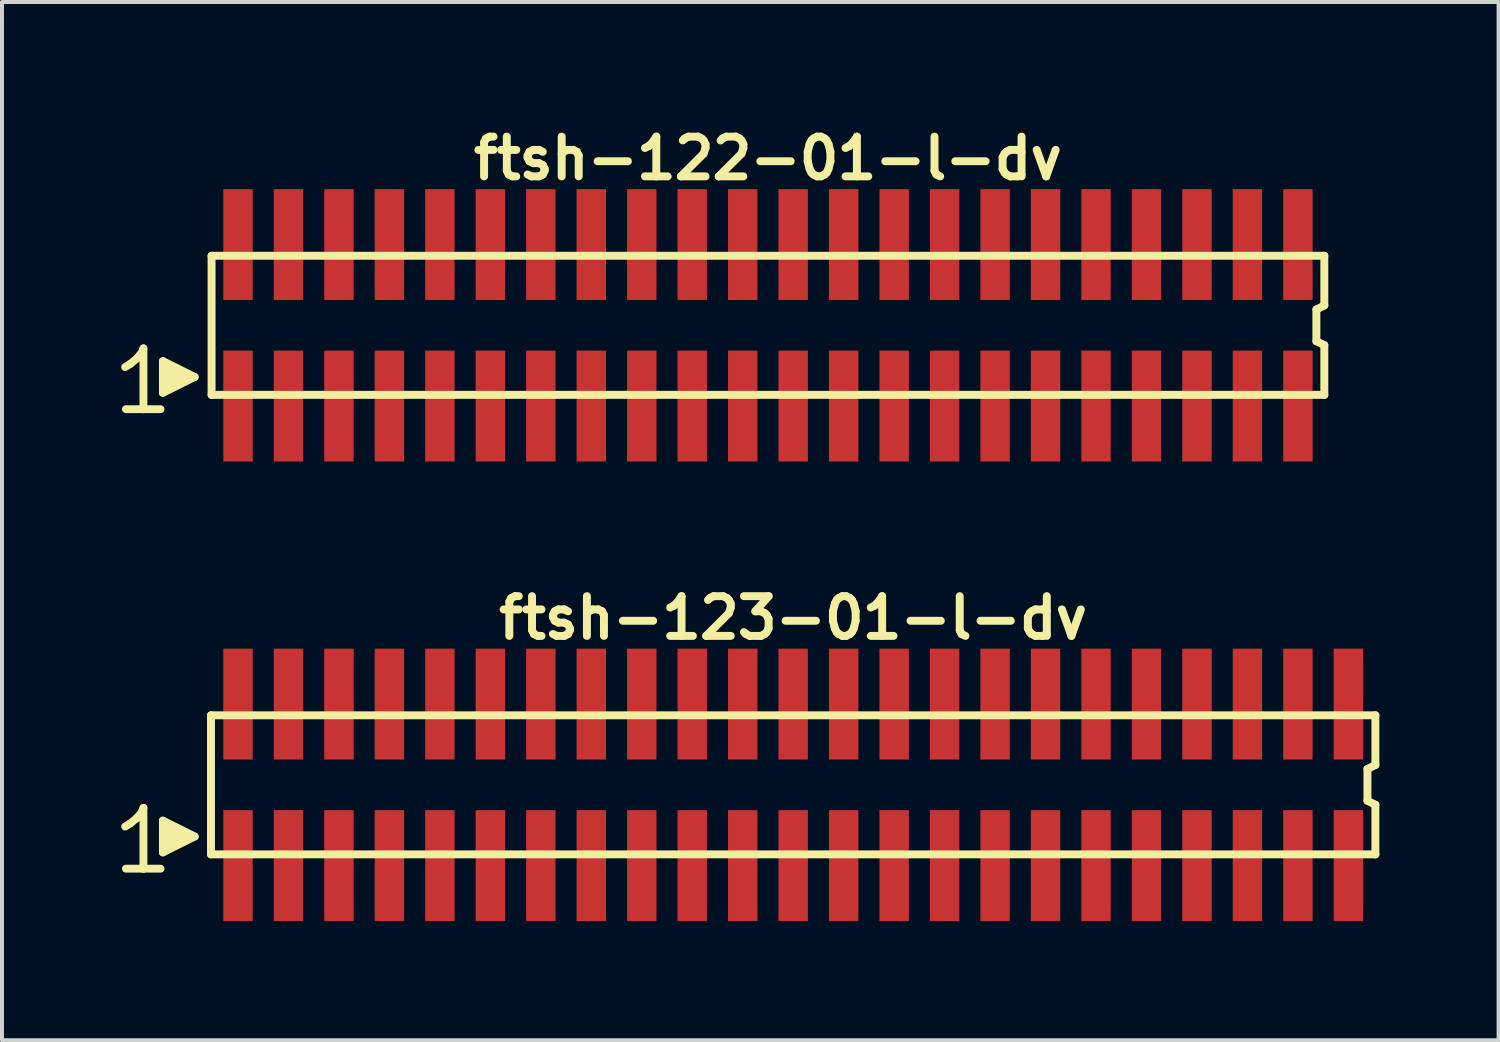
<source format=kicad_pcb>
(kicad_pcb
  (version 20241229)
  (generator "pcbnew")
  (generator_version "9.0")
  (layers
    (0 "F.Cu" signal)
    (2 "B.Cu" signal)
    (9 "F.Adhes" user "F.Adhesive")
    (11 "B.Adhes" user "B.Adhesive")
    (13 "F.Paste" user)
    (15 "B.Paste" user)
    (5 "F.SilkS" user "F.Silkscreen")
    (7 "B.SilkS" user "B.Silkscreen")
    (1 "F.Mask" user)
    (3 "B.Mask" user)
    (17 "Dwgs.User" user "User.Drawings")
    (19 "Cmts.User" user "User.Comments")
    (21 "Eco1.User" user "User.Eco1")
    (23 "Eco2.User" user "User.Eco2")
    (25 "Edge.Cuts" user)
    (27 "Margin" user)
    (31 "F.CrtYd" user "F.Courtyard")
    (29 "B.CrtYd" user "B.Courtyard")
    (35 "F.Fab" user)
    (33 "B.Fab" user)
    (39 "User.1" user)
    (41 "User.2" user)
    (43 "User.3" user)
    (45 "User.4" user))
  (footprint "ftsh-123-01-l-dv"
    (layer "F.Cu")
    (at 16.909 16.699)
    (property "Reference" "ftsh-123-01-l-dv" (at 0 -4.2 0) (layer "F.SilkS") (effects (font (size 1 1) (thickness 0.2))))
    (attr smd)
    (fp_line (start -16.81 1.05) (end -16.68 0.97) (stroke (width 0.198) (type solid)) (layer "F.SilkS"))
    (fp_line (start -16.68 0.97) (end -16.52 0.84) (stroke (width 0.198) (type solid)) (layer "F.SilkS"))
    (fp_line (start -16.52 0.84) (end -16.38 0.67) (stroke (width 0.198) (type solid)) (layer "F.SilkS"))
    (fp_line (start -16.38 0.67) (end -16.35 0.58) (stroke (width 0.198) (type solid)) (layer "F.SilkS"))
    (fp_line (start -16.35 0.58) (end -16.35 2.11) (stroke (width 0.198) (type solid)) (layer "F.SilkS"))
    (fp_line (start -16.35 2.11) (end -16.79 2.11) (stroke (width 0.198) (type solid)) (layer "F.SilkS"))
    (fp_line (start -15.92 2.11) (end -16.36 2.11) (stroke (width 0.198) (type solid)) (layer "F.SilkS"))
    (fp_line (start -15.86 0.9) (end -15.06 1.3) (stroke (width 0.198) (type solid)) (layer "F.SilkS"))
    (fp_line (start -15.86 1.7) (end -15.86 0.9) (stroke (width 0.198) (type solid)) (layer "F.SilkS"))
    (fp_line (start -15.76 1.6) (end -15.76 1) (stroke (width 0.198) (type solid)) (layer "F.SilkS"))
    (fp_line (start -15.66 1.1) (end -15.66 1.5) (stroke (width 0.198) (type solid)) (layer "F.SilkS"))
    (fp_line (start -15.56 1.5) (end -15.56 1.1) (stroke (width 0.198) (type solid)) (layer "F.SilkS"))
    (fp_line (start -15.46 1.2) (end -15.46 1.4) (stroke (width 0.198) (type solid)) (layer "F.SilkS"))
    (fp_line (start -15.36 1.4) (end -15.36 1.2) (stroke (width 0.198) (type solid)) (layer "F.SilkS"))
    (fp_line (start -15.06 1.3) (end -15.86 1.7) (stroke (width 0.198) (type solid)) (layer "F.SilkS"))
    (fp_line (start -14.65 -1.75) (end -14.65 1.75) (stroke (width 0.2) (type solid)) (layer "F.SilkS"))
    (fp_line (start -14.65 -1.75) (end 14.65 -1.75) (stroke (width 0.2) (type solid)) (layer "F.SilkS"))
    (fp_line (start -14.65 1.75) (end 14.65 1.75) (stroke (width 0.2) (type solid)) (layer "F.SilkS"))
    (fp_line (start 14.45 -0.4) (end 14.45 0.4) (stroke (width 0.2) (type solid)) (layer "F.SilkS"))
    (fp_line (start 14.45 0.4) (end 14.65 0.5) (stroke (width 0.2) (type solid)) (layer "F.SilkS"))
    (fp_line (start 14.65 -0.5) (end 14.45 -0.4) (stroke (width 0.2) (type solid)) (layer "F.SilkS"))
    (fp_line (start 14.65 -0.5) (end 14.65 -1.75) (stroke (width 0.2) (type solid)) (layer "F.SilkS"))
    (fp_line (start 14.65 0.5) (end 14.65 1.75) (stroke (width 0.2) (type solid)) (layer "F.SilkS"))
    (pad "1" smd rect (at -13.97 2.032) (size 0.74 2.79) (layers "F.Cu" "F.Mask" "F.Paste"))
    (pad "2" smd rect (at -13.97 -2.032) (size 0.74 2.79) (layers "F.Cu" "F.Mask" "F.Paste"))
    (pad "3" smd rect (at -12.7 2.032) (size 0.74 2.79) (layers "F.Cu" "F.Mask" "F.Paste"))
    (pad "4" smd rect (at -12.7 -2.032) (size 0.74 2.79) (layers "F.Cu" "F.Mask" "F.Paste"))
    (pad "5" smd rect (at -11.43 2.032) (size 0.74 2.79) (layers "F.Cu" "F.Mask" "F.Paste"))
    (pad "6" smd rect (at -11.43 -2.032) (size 0.74 2.79) (layers "F.Cu" "F.Mask" "F.Paste"))
    (pad "7" smd rect (at -10.16 2.032) (size 0.74 2.79) (layers "F.Cu" "F.Mask" "F.Paste"))
    (pad "8" smd rect (at -10.16 -2.032) (size 0.74 2.79) (layers "F.Cu" "F.Mask" "F.Paste"))
    (pad "9" smd rect (at -8.89 2.032) (size 0.74 2.79) (layers "F.Cu" "F.Mask" "F.Paste"))
    (pad "10" smd rect (at -8.89 -2.032) (size 0.74 2.79) (layers "F.Cu" "F.Mask" "F.Paste"))
    (pad "11" smd rect (at -7.62 2.032) (size 0.74 2.79) (layers "F.Cu" "F.Mask" "F.Paste"))
    (pad "12" smd rect (at -7.62 -2.032) (size 0.74 2.79) (layers "F.Cu" "F.Mask" "F.Paste"))
    (pad "13" smd rect (at -6.35 2.032) (size 0.74 2.79) (layers "F.Cu" "F.Mask" "F.Paste"))
    (pad "14" smd rect (at -6.35 -2.032) (size 0.74 2.79) (layers "F.Cu" "F.Mask" "F.Paste"))
    (pad "15" smd rect (at -5.08 2.032) (size 0.74 2.79) (layers "F.Cu" "F.Mask" "F.Paste"))
    (pad "16" smd rect (at -5.08 -2.032) (size 0.74 2.79) (layers "F.Cu" "F.Mask" "F.Paste"))
    (pad "17" smd rect (at -3.81 2.032) (size 0.74 2.79) (layers "F.Cu" "F.Mask" "F.Paste"))
    (pad "18" smd rect (at -3.81 -2.032) (size 0.74 2.79) (layers "F.Cu" "F.Mask" "F.Paste"))
    (pad "19" smd rect (at -2.54 2.032) (size 0.74 2.79) (layers "F.Cu" "F.Mask" "F.Paste"))
    (pad "20" smd rect (at -2.54 -2.032) (size 0.74 2.79) (layers "F.Cu" "F.Mask" "F.Paste"))
    (pad "21" smd rect (at -1.27 2.032) (size 0.74 2.79) (layers "F.Cu" "F.Mask" "F.Paste"))
    (pad "22" smd rect (at -1.27 -2.032) (size 0.74 2.79) (layers "F.Cu" "F.Mask" "F.Paste"))
    (pad "23" smd rect (at 0 2.032) (size 0.74 2.79) (layers "F.Cu" "F.Mask" "F.Paste"))
    (pad "24" smd rect (at 0 -2.032) (size 0.74 2.79) (layers "F.Cu" "F.Mask" "F.Paste"))
    (pad "25" smd rect (at 1.27 2.032) (size 0.74 2.79) (layers "F.Cu" "F.Mask" "F.Paste"))
    (pad "26" smd rect (at 1.27 -2.032) (size 0.74 2.79) (layers "F.Cu" "F.Mask" "F.Paste"))
    (pad "27" smd rect (at 2.54 2.032) (size 0.74 2.79) (layers "F.Cu" "F.Mask" "F.Paste"))
    (pad "28" smd rect (at 2.54 -2.032) (size 0.74 2.79) (layers "F.Cu" "F.Mask" "F.Paste"))
    (pad "29" smd rect (at 3.81 2.032) (size 0.74 2.79) (layers "F.Cu" "F.Mask" "F.Paste"))
    (pad "30" smd rect (at 3.81 -2.032) (size 0.74 2.79) (layers "F.Cu" "F.Mask" "F.Paste"))
    (pad "31" smd rect (at 5.08 2.032) (size 0.74 2.79) (layers "F.Cu" "F.Mask" "F.Paste"))
    (pad "32" smd rect (at 5.08 -2.032) (size 0.74 2.79) (layers "F.Cu" "F.Mask" "F.Paste"))
    (pad "33" smd rect (at 6.35 2.032) (size 0.74 2.79) (layers "F.Cu" "F.Mask" "F.Paste"))
    (pad "34" smd rect (at 6.35 -2.032) (size 0.74 2.79) (layers "F.Cu" "F.Mask" "F.Paste"))
    (pad "35" smd rect (at 7.62 2.032) (size 0.74 2.79) (layers "F.Cu" "F.Mask" "F.Paste"))
    (pad "36" smd rect (at 7.62 -2.032) (size 0.74 2.79) (layers "F.Cu" "F.Mask" "F.Paste"))
    (pad "37" smd rect (at 8.89 2.032) (size 0.74 2.79) (layers "F.Cu" "F.Mask" "F.Paste"))
    (pad "38" smd rect (at 8.89 -2.032) (size 0.74 2.79) (layers "F.Cu" "F.Mask" "F.Paste"))
    (pad "39" smd rect (at 10.16 2.032) (size 0.74 2.79) (layers "F.Cu" "F.Mask" "F.Paste"))
    (pad "40" smd rect (at 10.16 -2.032) (size 0.74 2.79) (layers "F.Cu" "F.Mask" "F.Paste"))
    (pad "41" smd rect (at 11.43 2.032) (size 0.74 2.79) (layers "F.Cu" "F.Mask" "F.Paste"))
    (pad "42" smd rect (at 11.43 -2.032) (size 0.74 2.79) (layers "F.Cu" "F.Mask" "F.Paste"))
    (pad "43" smd rect (at 12.7 2.032) (size 0.74 2.79) (layers "F.Cu" "F.Mask" "F.Paste"))
    (pad "44" smd rect (at 12.7 -2.032) (size 0.74 2.79) (layers "F.Cu" "F.Mask" "F.Paste"))
    (pad "45" smd rect (at 13.97 2.032) (size 0.74 2.79) (layers "F.Cu" "F.Mask" "F.Paste"))
    (pad "46" smd rect (at 13.97 -2.032) (size 0.74 2.79) (layers "F.Cu" "F.Mask" "F.Paste")))
  (footprint "ftsh-122-01-l-dv"
    (layer "F.Cu")
    (at 16.274 5.136)
    (property "Reference" "ftsh-122-01-l-dv" (at 0 -4.2 0) (layer "F.SilkS") (effects (font (size 1 1) (thickness 0.2))))
    (attr smd)
    (fp_line (start -16.175 1.05) (end -16.045 0.97) (stroke (width 0.198) (type solid)) (layer "F.SilkS"))
    (fp_line (start -16.045 0.97) (end -15.885 0.84) (stroke (width 0.198) (type solid)) (layer "F.SilkS"))
    (fp_line (start -15.885 0.84) (end -15.745 0.67) (stroke (width 0.198) (type solid)) (layer "F.SilkS"))
    (fp_line (start -15.745 0.67) (end -15.715 0.58) (stroke (width 0.198) (type solid)) (layer "F.SilkS"))
    (fp_line (start -15.715 0.58) (end -15.715 2.11) (stroke (width 0.198) (type solid)) (layer "F.SilkS"))
    (fp_line (start -15.715 2.11) (end -16.155 2.11) (stroke (width 0.198) (type solid)) (layer "F.SilkS"))
    (fp_line (start -15.285 2.11) (end -15.725 2.11) (stroke (width 0.198) (type solid)) (layer "F.SilkS"))
    (fp_line (start -15.225 0.9) (end -14.425 1.3) (stroke (width 0.198) (type solid)) (layer "F.SilkS"))
    (fp_line (start -15.225 1.7) (end -15.225 0.9) (stroke (width 0.198) (type solid)) (layer "F.SilkS"))
    (fp_line (start -15.125 1.6) (end -15.125 1) (stroke (width 0.198) (type solid)) (layer "F.SilkS"))
    (fp_line (start -15.025 1.1) (end -15.025 1.5) (stroke (width 0.198) (type solid)) (layer "F.SilkS"))
    (fp_line (start -14.925 1.5) (end -14.925 1.1) (stroke (width 0.198) (type solid)) (layer "F.SilkS"))
    (fp_line (start -14.825 1.2) (end -14.825 1.4) (stroke (width 0.198) (type solid)) (layer "F.SilkS"))
    (fp_line (start -14.725 1.4) (end -14.725 1.2) (stroke (width 0.198) (type solid)) (layer "F.SilkS"))
    (fp_line (start -14.425 1.3) (end -15.225 1.7) (stroke (width 0.198) (type solid)) (layer "F.SilkS"))
    (fp_line (start -14 -1.75) (end -14 1.75) (stroke (width 0.2) (type solid)) (layer "F.SilkS"))
    (fp_line (start -14 -1.75) (end 14 -1.75) (stroke (width 0.2) (type solid)) (layer "F.SilkS"))
    (fp_line (start -14 1.75) (end 14 1.75) (stroke (width 0.2) (type solid)) (layer "F.SilkS"))
    (fp_line (start 13.8 -0.4) (end 13.8 0.4) (stroke (width 0.2) (type solid)) (layer "F.SilkS"))
    (fp_line (start 13.8 0.4) (end 14 0.5) (stroke (width 0.2) (type solid)) (layer "F.SilkS"))
    (fp_line (start 14 -0.5) (end 13.8 -0.4) (stroke (width 0.2) (type solid)) (layer "F.SilkS"))
    (fp_line (start 14 -0.5) (end 14 -1.75) (stroke (width 0.2) (type solid)) (layer "F.SilkS"))
    (fp_line (start 14 0.5) (end 14 1.75) (stroke (width 0.2) (type solid)) (layer "F.SilkS"))
    (pad "1" smd rect (at -13.335 2.032) (size 0.74 2.79) (layers "F.Cu" "F.Mask" "F.Paste"))
    (pad "2" smd rect (at -13.335 -2.032) (size 0.74 2.79) (layers "F.Cu" "F.Mask" "F.Paste"))
    (pad "3" smd rect (at -12.065 2.032) (size 0.74 2.79) (layers "F.Cu" "F.Mask" "F.Paste"))
    (pad "4" smd rect (at -12.065 -2.032) (size 0.74 2.79) (layers "F.Cu" "F.Mask" "F.Paste"))
    (pad "5" smd rect (at -10.795 2.032) (size 0.74 2.79) (layers "F.Cu" "F.Mask" "F.Paste"))
    (pad "6" smd rect (at -10.795 -2.032) (size 0.74 2.79) (layers "F.Cu" "F.Mask" "F.Paste"))
    (pad "7" smd rect (at -9.525 2.032) (size 0.74 2.79) (layers "F.Cu" "F.Mask" "F.Paste"))
    (pad "8" smd rect (at -9.525 -2.032) (size 0.74 2.79) (layers "F.Cu" "F.Mask" "F.Paste"))
    (pad "9" smd rect (at -8.255 2.032) (size 0.74 2.79) (layers "F.Cu" "F.Mask" "F.Paste"))
    (pad "10" smd rect (at -8.255 -2.032) (size 0.74 2.79) (layers "F.Cu" "F.Mask" "F.Paste"))
    (pad "11" smd rect (at -6.985 2.032) (size 0.74 2.79) (layers "F.Cu" "F.Mask" "F.Paste"))
    (pad "12" smd rect (at -6.985 -2.032) (size 0.74 2.79) (layers "F.Cu" "F.Mask" "F.Paste"))
    (pad "13" smd rect (at -5.715 2.032) (size 0.74 2.79) (layers "F.Cu" "F.Mask" "F.Paste"))
    (pad "14" smd rect (at -5.715 -2.032) (size 0.74 2.79) (layers "F.Cu" "F.Mask" "F.Paste"))
    (pad "15" smd rect (at -4.445 2.032) (size 0.74 2.79) (layers "F.Cu" "F.Mask" "F.Paste"))
    (pad "16" smd rect (at -4.445 -2.032) (size 0.74 2.79) (layers "F.Cu" "F.Mask" "F.Paste"))
    (pad "17" smd rect (at -3.175 2.032) (size 0.74 2.79) (layers "F.Cu" "F.Mask" "F.Paste"))
    (pad "18" smd rect (at -3.175 -2.032) (size 0.74 2.79) (layers "F.Cu" "F.Mask" "F.Paste"))
    (pad "19" smd rect (at -1.905 2.032) (size 0.74 2.79) (layers "F.Cu" "F.Mask" "F.Paste"))
    (pad "20" smd rect (at -1.905 -2.032) (size 0.74 2.79) (layers "F.Cu" "F.Mask" "F.Paste"))
    (pad "21" smd rect (at -0.635 2.032) (size 0.74 2.79) (layers "F.Cu" "F.Mask" "F.Paste"))
    (pad "22" smd rect (at -0.635 -2.032) (size 0.74 2.79) (layers "F.Cu" "F.Mask" "F.Paste"))
    (pad "23" smd rect (at 0.635 2.032) (size 0.74 2.79) (layers "F.Cu" "F.Mask" "F.Paste"))
    (pad "24" smd rect (at 0.635 -2.032) (size 0.74 2.79) (layers "F.Cu" "F.Mask" "F.Paste"))
    (pad "25" smd rect (at 1.905 2.032) (size 0.74 2.79) (layers "F.Cu" "F.Mask" "F.Paste"))
    (pad "26" smd rect (at 1.905 -2.032) (size 0.74 2.79) (layers "F.Cu" "F.Mask" "F.Paste"))
    (pad "27" smd rect (at 3.175 2.032) (size 0.74 2.79) (layers "F.Cu" "F.Mask" "F.Paste"))
    (pad "28" smd rect (at 3.175 -2.032) (size 0.74 2.79) (layers "F.Cu" "F.Mask" "F.Paste"))
    (pad "29" smd rect (at 4.445 2.032) (size 0.74 2.79) (layers "F.Cu" "F.Mask" "F.Paste"))
    (pad "30" smd rect (at 4.445 -2.032) (size 0.74 2.79) (layers "F.Cu" "F.Mask" "F.Paste"))
    (pad "31" smd rect (at 5.715 2.032) (size 0.74 2.79) (layers "F.Cu" "F.Mask" "F.Paste"))
    (pad "32" smd rect (at 5.715 -2.032) (size 0.74 2.79) (layers "F.Cu" "F.Mask" "F.Paste"))
    (pad "33" smd rect (at 6.985 2.032) (size 0.74 2.79) (layers "F.Cu" "F.Mask" "F.Paste"))
    (pad "34" smd rect (at 6.985 -2.032) (size 0.74 2.79) (layers "F.Cu" "F.Mask" "F.Paste"))
    (pad "35" smd rect (at 8.255 2.032) (size 0.74 2.79) (layers "F.Cu" "F.Mask" "F.Paste"))
    (pad "36" smd rect (at 8.255 -2.032) (size 0.74 2.79) (layers "F.Cu" "F.Mask" "F.Paste"))
    (pad "37" smd rect (at 9.525 2.032) (size 0.74 2.79) (layers "F.Cu" "F.Mask" "F.Paste"))
    (pad "38" smd rect (at 9.525 -2.032) (size 0.74 2.79) (layers "F.Cu" "F.Mask" "F.Paste"))
    (pad "39" smd rect (at 10.795 2.032) (size 0.74 2.79) (layers "F.Cu" "F.Mask" "F.Paste"))
    (pad "40" smd rect (at 10.795 -2.032) (size 0.74 2.79) (layers "F.Cu" "F.Mask" "F.Paste"))
    (pad "41" smd rect (at 12.065 2.032) (size 0.74 2.79) (layers "F.Cu" "F.Mask" "F.Paste"))
    (pad "42" smd rect (at 12.065 -2.032) (size 0.74 2.79) (layers "F.Cu" "F.Mask" "F.Paste"))
    (pad "43" smd rect (at 13.335 2.032) (size 0.74 2.79) (layers "F.Cu" "F.Mask" "F.Paste"))
    (pad "44" smd rect (at 13.335 -2.032) (size 0.74 2.79) (layers "F.Cu" "F.Mask" "F.Paste")))
  (gr_rect
    (start -3 -3)
    (end 34.659 23.126)
    (stroke (width 0.1) (type default))
    (fill no)
    (layer "Edge.Cuts")))
</source>
